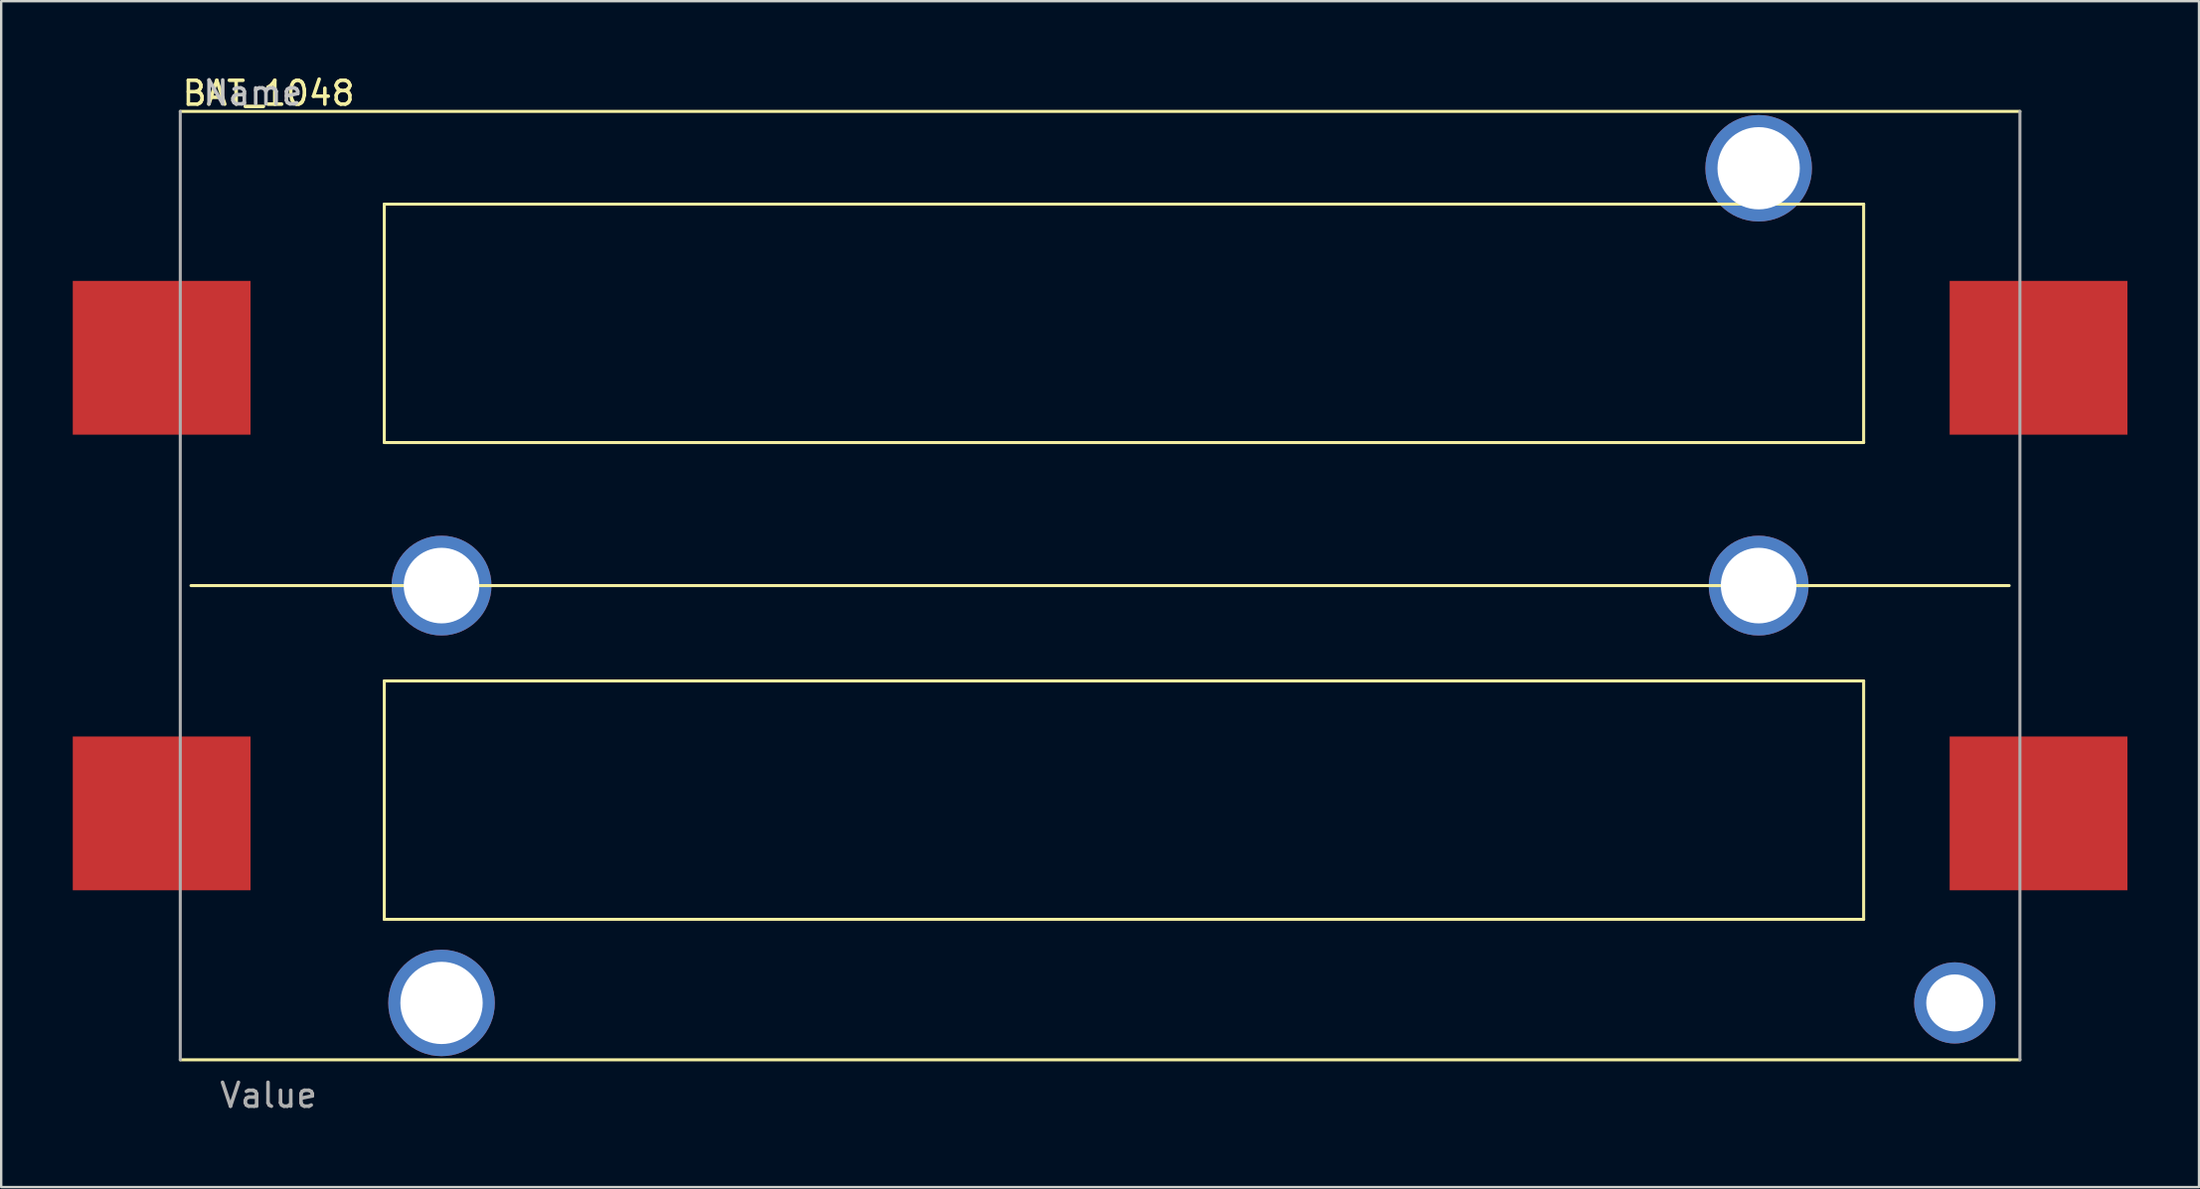
<source format=kicad_pcb>
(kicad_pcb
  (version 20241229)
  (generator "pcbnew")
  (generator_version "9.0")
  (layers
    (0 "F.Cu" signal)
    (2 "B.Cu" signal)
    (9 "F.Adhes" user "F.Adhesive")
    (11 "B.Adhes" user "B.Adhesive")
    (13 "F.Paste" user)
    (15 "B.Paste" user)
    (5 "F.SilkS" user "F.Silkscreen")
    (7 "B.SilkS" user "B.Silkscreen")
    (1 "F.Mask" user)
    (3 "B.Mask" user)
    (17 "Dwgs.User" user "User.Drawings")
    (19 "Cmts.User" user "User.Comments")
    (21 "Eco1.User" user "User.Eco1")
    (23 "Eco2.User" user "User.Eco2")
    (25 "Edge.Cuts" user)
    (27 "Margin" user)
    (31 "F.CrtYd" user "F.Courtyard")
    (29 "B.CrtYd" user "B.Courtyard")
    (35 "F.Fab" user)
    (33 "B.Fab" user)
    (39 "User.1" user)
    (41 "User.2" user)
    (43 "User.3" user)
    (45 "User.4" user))
  (footprint "BAT_1048"
    (layer "F.Cu")
    (at 43.055 21.512)
    (property "Reference" "BAT_1048" (at -34.85 -20.65 0) (layer "F.SilkS") (effects (font (size 1.001 1.001) (thickness 0.15))))
    (attr through_hole)
    (fp_line (start -38.55 -19.89) (end 38.55 -19.89) (stroke (width 0.127) (type solid)) (layer "F.SilkS"))
    (fp_line (start -30 -16) (end -30 -6) (stroke (width 0.127) (type solid)) (layer "F.SilkS"))
    (fp_line (start -30 -6) (end 32 -6) (stroke (width 0.127) (type solid)) (layer "F.SilkS"))
    (fp_line (start -30 4) (end -30 14) (stroke (width 0.127) (type solid)) (layer "F.SilkS"))
    (fp_line (start -30 14) (end 32 14) (stroke (width 0.127) (type solid)) (layer "F.SilkS"))
    (fp_line (start 32 -16) (end -30 -16) (stroke (width 0.127) (type solid)) (layer "F.SilkS"))
    (fp_line (start 32 -6) (end 32 -16) (stroke (width 0.127) (type solid)) (layer "F.SilkS"))
    (fp_line (start 32 4) (end -30 4) (stroke (width 0.127) (type solid)) (layer "F.SilkS"))
    (fp_line (start 32 14) (end 32 4) (stroke (width 0.127) (type solid)) (layer "F.SilkS"))
    (fp_line (start 38.1 0) (end -38.1 0) (stroke (width 0.127) (type solid)) (layer "F.SilkS"))
    (fp_line (start 38.55 19.89) (end -38.55 19.89) (stroke (width 0.127) (type solid)) (layer "F.SilkS"))
    (fp_line (start -38.55 19.89) (end -38.55 -19.89) (stroke (width 0.127) (type solid)) (layer "F.Fab"))
    (fp_line (start 38.55 -19.89) (end 38.55 19.89) (stroke (width 0.127) (type solid)) (layer "F.Fab"))
    (fp_text user "Name" (at -35.508 -20.663 0) (layer "Dwgs.User") (effects (font (size 1.001 1.001) (thickness 0.15))))
    (fp_text user "Value" (at -34.849 21.38 0) (layer "F.Fab") (effects (font (size 1.001 1.001) (thickness 0.15))))
    (pad "" thru_hole circle (at -27.6 0) (size 4.186 4.186) (drill 3.17) (layers "*.Cu" "*.Mask"))
    (pad "" thru_hole circle (at -27.6 17.505) (size 4.466 4.466) (drill 3.45) (layers "*.Cu" "*.Mask"))
    (pad "" thru_hole circle (at 27.6 -17.505) (size 4.466 4.466) (drill 3.45) (layers "*.Cu" "*.Mask"))
    (pad "" thru_hole circle (at 27.6 0) (size 4.186 4.186) (drill 3.17) (layers "*.Cu" "*.Mask"))
    (pad "" thru_hole circle (at 35.82 17.505) (size 3.406 3.406) (drill 2.39) (layers "*.Cu" "*.Mask"))
    (pad "C1+" smd rect (at 39.33 -9.555) (size 7.45 6.45) (layers "F.Cu" "F.Mask" "F.Paste"))
    (pad "C1-" smd rect (at -39.33 -9.555) (size 7.45 6.45) (layers "F.Cu" "F.Mask" "F.Paste"))
    (pad "C2+" smd rect (at 39.33 9.555) (size 7.45 6.45) (layers "F.Cu" "F.Mask" "F.Paste"))
    (pad "C2-" smd rect (at -39.33 9.555) (size 7.45 6.45) (layers "F.Cu" "F.Mask" "F.Paste")))
  (gr_rect
    (start -3 -3)
    (end 89.11 46.74)
    (stroke (width 0.1) (type default))
    (fill no)
    (layer "Edge.Cuts")))
</source>
